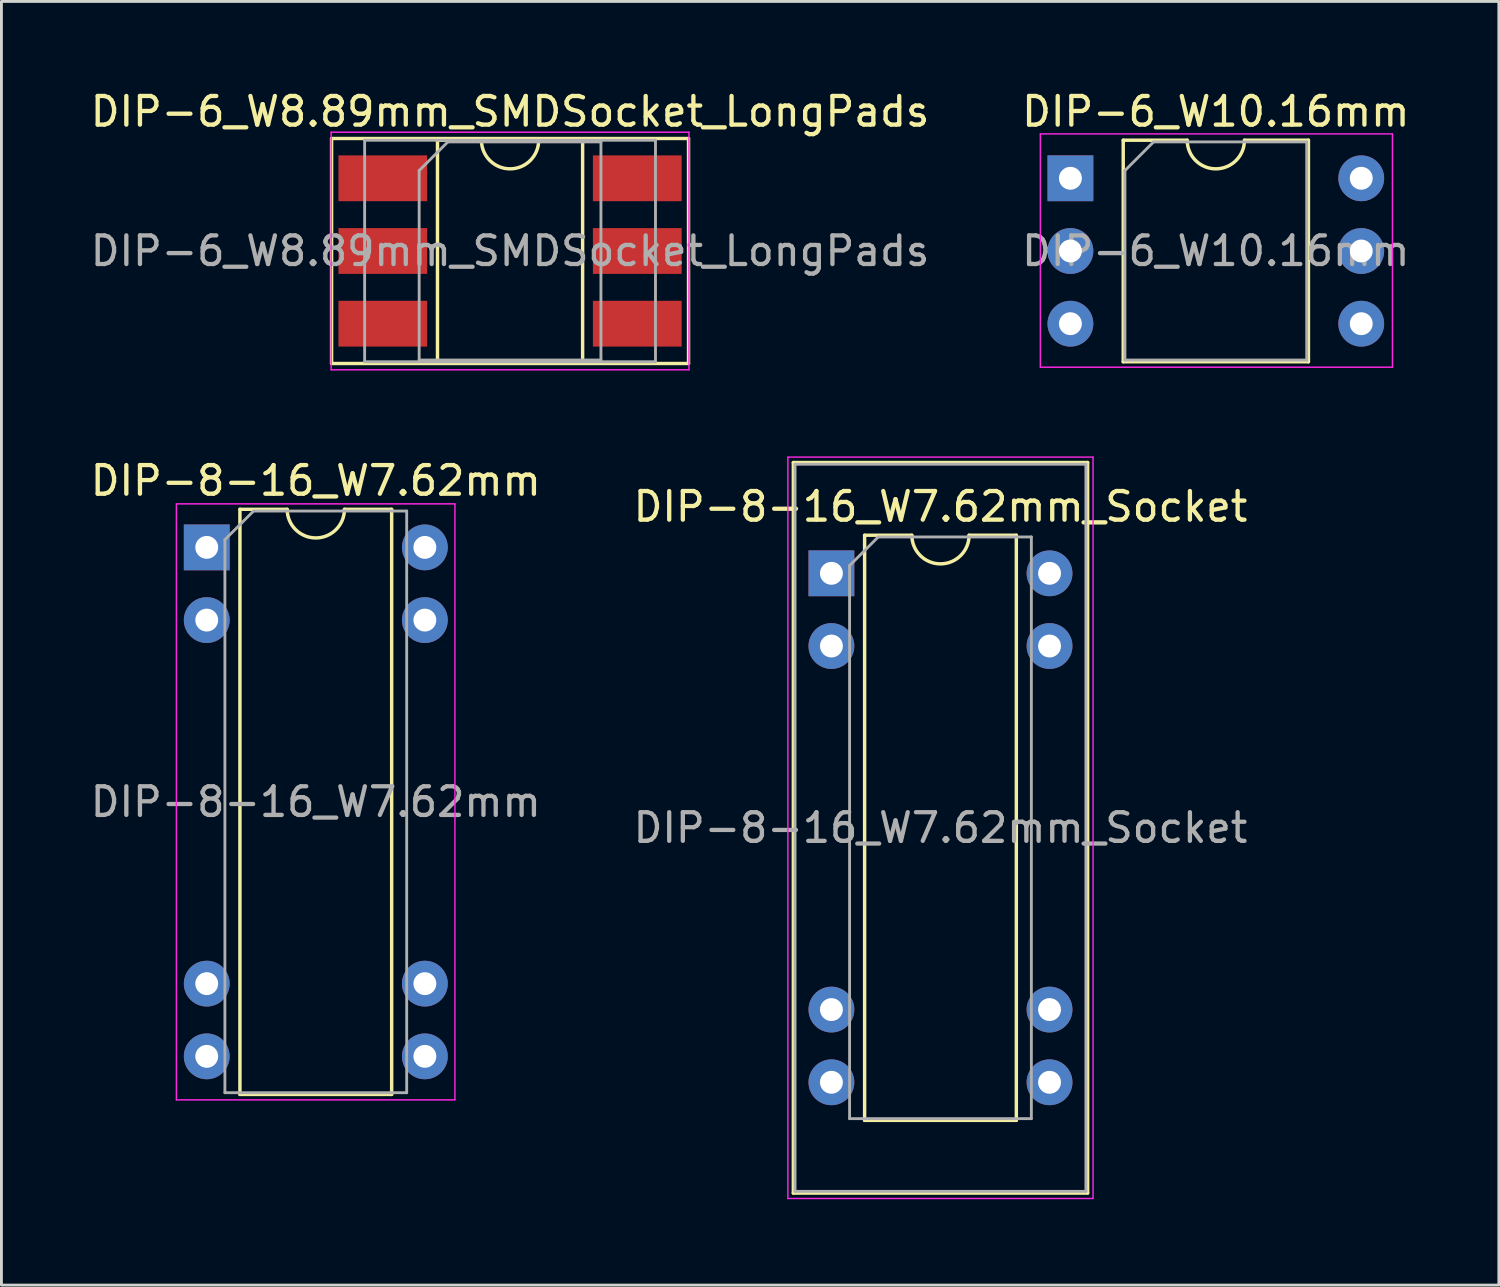
<source format=kicad_pcb>
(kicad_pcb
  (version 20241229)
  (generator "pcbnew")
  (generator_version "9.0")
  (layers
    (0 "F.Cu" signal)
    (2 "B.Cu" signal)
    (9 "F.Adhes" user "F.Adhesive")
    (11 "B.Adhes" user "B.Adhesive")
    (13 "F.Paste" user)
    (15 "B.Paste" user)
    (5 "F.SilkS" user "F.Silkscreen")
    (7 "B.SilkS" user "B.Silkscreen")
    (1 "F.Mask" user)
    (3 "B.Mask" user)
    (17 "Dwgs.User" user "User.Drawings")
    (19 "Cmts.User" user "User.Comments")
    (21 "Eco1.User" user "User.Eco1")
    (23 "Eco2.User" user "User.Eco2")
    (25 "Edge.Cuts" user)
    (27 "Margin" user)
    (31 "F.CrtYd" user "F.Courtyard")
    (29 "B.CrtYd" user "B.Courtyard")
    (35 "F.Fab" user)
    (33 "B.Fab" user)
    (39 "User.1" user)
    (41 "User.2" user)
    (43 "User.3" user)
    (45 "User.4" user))
  (footprint "DIP-6_W8.89mm_SMDSocket_LongPads"
    (layer "F.Cu")
    (at 14.768 5.718)
    (property "Reference" "DIP-6_W8.89mm_SMDSocket_LongPads" (at 0 -4.87 0) (layer "F.SilkS") (effects (font (size 1 1) (thickness 0.15))))
    (attr smd)
    (fp_line (start -6.235 -3.93) (end -6.235 3.93) (stroke (width 0.12) (type solid)) (layer "F.SilkS"))
    (fp_line (start -6.235 3.93) (end 6.235 3.93) (stroke (width 0.12) (type solid)) (layer "F.SilkS"))
    (fp_line (start -2.535 -3.87) (end -2.535 3.87) (stroke (width 0.12) (type solid)) (layer "F.SilkS"))
    (fp_line (start -2.535 3.87) (end 2.535 3.87) (stroke (width 0.12) (type solid)) (layer "F.SilkS"))
    (fp_line (start -1 -3.87) (end -2.535 -3.87) (stroke (width 0.12) (type solid)) (layer "F.SilkS"))
    (fp_line (start 2.535 -3.87) (end 1 -3.87) (stroke (width 0.12) (type solid)) (layer "F.SilkS"))
    (fp_line (start 2.535 3.87) (end 2.535 -3.87) (stroke (width 0.12) (type solid)) (layer "F.SilkS"))
    (fp_line (start 6.235 -3.93) (end -6.235 -3.93) (stroke (width 0.12) (type solid)) (layer "F.SilkS"))
    (fp_line (start 6.235 3.93) (end 6.235 -3.93) (stroke (width 0.12) (type solid)) (layer "F.SilkS"))
    (fp_arc (start 1 -3.87) (mid 0 -2.87) (end -1 -3.87) (stroke (width 0.12) (type solid)) (layer "F.SilkS"))
    (fp_line (start -6.25 -4.15) (end -6.25 4.15) (stroke (width 0.05) (type solid)) (layer "F.CrtYd"))
    (fp_line (start -6.25 4.15) (end 6.25 4.15) (stroke (width 0.05) (type solid)) (layer "F.CrtYd"))
    (fp_line (start 6.25 -4.15) (end -6.25 -4.15) (stroke (width 0.05) (type solid)) (layer "F.CrtYd"))
    (fp_line (start 6.25 4.15) (end 6.25 -4.15) (stroke (width 0.05) (type solid)) (layer "F.CrtYd"))
    (fp_line (start -5.08 -3.87) (end -5.08 3.87) (stroke (width 0.1) (type solid)) (layer "F.Fab"))
    (fp_line (start -5.08 3.87) (end 5.08 3.87) (stroke (width 0.1) (type solid)) (layer "F.Fab"))
    (fp_line (start -3.175 -2.81) (end -2.175 -3.81) (stroke (width 0.1) (type solid)) (layer "F.Fab"))
    (fp_line (start -3.175 3.81) (end -3.175 -2.81) (stroke (width 0.1) (type solid)) (layer "F.Fab"))
    (fp_line (start -2.175 -3.81) (end 3.175 -3.81) (stroke (width 0.1) (type solid)) (layer "F.Fab"))
    (fp_line (start 3.175 -3.81) (end 3.175 3.81) (stroke (width 0.1) (type solid)) (layer "F.Fab"))
    (fp_line (start 3.175 3.81) (end -3.175 3.81) (stroke (width 0.1) (type solid)) (layer "F.Fab"))
    (fp_line (start 5.08 -3.87) (end -5.08 -3.87) (stroke (width 0.1) (type solid)) (layer "F.Fab"))
    (fp_line (start 5.08 3.87) (end 5.08 -3.87) (stroke (width 0.1) (type solid)) (layer "F.Fab"))
    (fp_text user "${REFERENCE}" (at 0 0 0) (layer "F.Fab") (effects (font (size 1 1) (thickness 0.15))))
    (pad "1" smd rect (at -4.445 -2.54) (size 3.1 1.6) (layers "F.Cu" "F.Mask" "F.Paste"))
    (pad "2" smd rect (at -4.445 0) (size 3.1 1.6) (layers "F.Cu" "F.Mask" "F.Paste"))
    (pad "3" smd rect (at -4.445 2.54) (size 3.1 1.6) (layers "F.Cu" "F.Mask" "F.Paste"))
    (pad "4" smd rect (at 4.445 2.54) (size 3.1 1.6) (layers "F.Cu" "F.Mask" "F.Paste"))
    (pad "5" smd rect (at 4.445 0) (size 3.1 1.6) (layers "F.Cu" "F.Mask" "F.Paste"))
    (pad "6" smd rect (at 4.445 -2.54) (size 3.1 1.6) (layers "F.Cu" "F.Mask" "F.Paste")))
  (footprint "DIP-8-16_W7.62mm_Socket"
    (layer "F.Cu")
    (at 25.994 16.978)
    (property "Reference" "DIP-8-16_W7.62mm_Socket" (at 3.81 -2.33 0) (layer "F.SilkS") (effects (font (size 1 1) (thickness 0.15))))
    (attr through_hole)
    (fp_line (start -1.33 -3.87) (end -1.33 21.65) (stroke (width 0.12) (type solid)) (layer "F.SilkS"))
    (fp_line (start -1.33 21.65) (end 8.95 21.65) (stroke (width 0.12) (type solid)) (layer "F.SilkS"))
    (fp_line (start 1.16 -1.33) (end 1.16 19.11) (stroke (width 0.12) (type solid)) (layer "F.SilkS"))
    (fp_line (start 1.16 19.11) (end 6.46 19.11) (stroke (width 0.12) (type solid)) (layer "F.SilkS"))
    (fp_line (start 2.81 -1.33) (end 1.16 -1.33) (stroke (width 0.12) (type solid)) (layer "F.SilkS"))
    (fp_line (start 6.46 -1.33) (end 4.81 -1.33) (stroke (width 0.12) (type solid)) (layer "F.SilkS"))
    (fp_line (start 6.46 19.11) (end 6.46 -1.33) (stroke (width 0.12) (type solid)) (layer "F.SilkS"))
    (fp_line (start 8.95 -3.87) (end -1.33 -3.87) (stroke (width 0.12) (type solid)) (layer "F.SilkS"))
    (fp_line (start 8.95 21.65) (end 8.95 -3.87) (stroke (width 0.12) (type solid)) (layer "F.SilkS"))
    (fp_arc (start 4.81 -1.33) (mid 3.81 -0.33) (end 2.81 -1.33) (stroke (width 0.12) (type solid)) (layer "F.SilkS"))
    (fp_line (start -1.52 -4.06) (end -1.52 21.84) (stroke (width 0.05) (type solid)) (layer "F.CrtYd"))
    (fp_line (start -1.52 21.84) (end 9.14 21.84) (stroke (width 0.05) (type solid)) (layer "F.CrtYd"))
    (fp_line (start 9.14 -4.06) (end -1.52 -4.06) (stroke (width 0.05) (type solid)) (layer "F.CrtYd"))
    (fp_line (start 9.14 21.84) (end 9.14 -4.06) (stroke (width 0.05) (type solid)) (layer "F.CrtYd"))
    (fp_line (start -1.27 -3.81) (end -1.27 21.59) (stroke (width 0.1) (type solid)) (layer "F.Fab"))
    (fp_line (start -1.27 21.59) (end 8.89 21.59) (stroke (width 0.1) (type solid)) (layer "F.Fab"))
    (fp_line (start 0.635 -0.27) (end 1.635 -1.27) (stroke (width 0.1) (type solid)) (layer "F.Fab"))
    (fp_line (start 0.635 19.05) (end 0.635 -0.27) (stroke (width 0.1) (type solid)) (layer "F.Fab"))
    (fp_line (start 1.635 -1.27) (end 6.985 -1.27) (stroke (width 0.1) (type solid)) (layer "F.Fab"))
    (fp_line (start 6.985 -1.27) (end 6.985 19.05) (stroke (width 0.1) (type solid)) (layer "F.Fab"))
    (fp_line (start 6.985 19.05) (end 0.635 19.05) (stroke (width 0.1) (type solid)) (layer "F.Fab"))
    (fp_line (start 8.89 -3.81) (end -1.27 -3.81) (stroke (width 0.1) (type solid)) (layer "F.Fab"))
    (fp_line (start 8.89 21.59) (end 8.89 -3.81) (stroke (width 0.1) (type solid)) (layer "F.Fab"))
    (fp_text user "${REFERENCE}" (at 3.81 8.89 0) (layer "F.Fab") (effects (font (size 1 1) (thickness 0.15))))
    (pad "1" thru_hole rect (at 0 0) (size 1.6 1.6) (drill 0.8) (layers "*.Cu" "*.Mask"))
    (pad "2" thru_hole circle (at 0 2.54) (size 1.6 1.6) (drill 0.8) (layers "*.Cu" "*.Mask"))
    (pad "3" thru_hole circle (at 0 15.24) (size 1.6 1.6) (drill 0.8) (layers "*.Cu" "*.Mask"))
    (pad "4" thru_hole circle (at 0 17.78) (size 1.6 1.6) (drill 0.8) (layers "*.Cu" "*.Mask"))
    (pad "5" thru_hole circle (at 7.62 17.78) (size 1.6 1.6) (drill 0.8) (layers "*.Cu" "*.Mask"))
    (pad "6" thru_hole circle (at 7.62 15.24) (size 1.6 1.6) (drill 0.8) (layers "*.Cu" "*.Mask"))
    (pad "7" thru_hole circle (at 7.62 2.54) (size 1.6 1.6) (drill 0.8) (layers "*.Cu" "*.Mask"))
    (pad "8" thru_hole circle (at 7.62 0) (size 1.6 1.6) (drill 0.8) (layers "*.Cu" "*.Mask")))
  (footprint "DIP-8-16_W7.62mm"
    (layer "F.Cu")
    (at 4.172 16.072)
    (property "Reference" "DIP-8-16_W7.62mm" (at 3.81 -2.33 0) (layer "F.SilkS") (effects (font (size 1 1) (thickness 0.15))))
    (attr through_hole)
    (fp_line (start 1.16 -1.33) (end 1.16 19.11) (stroke (width 0.12) (type solid)) (layer "F.SilkS"))
    (fp_line (start 1.16 19.11) (end 6.46 19.11) (stroke (width 0.12) (type solid)) (layer "F.SilkS"))
    (fp_line (start 2.81 -1.33) (end 1.16 -1.33) (stroke (width 0.12) (type solid)) (layer "F.SilkS"))
    (fp_line (start 6.46 -1.33) (end 4.81 -1.33) (stroke (width 0.12) (type solid)) (layer "F.SilkS"))
    (fp_line (start 6.46 19.11) (end 6.46 -1.33) (stroke (width 0.12) (type solid)) (layer "F.SilkS"))
    (fp_arc (start 4.81 -1.33) (mid 3.81 -0.33) (end 2.81 -1.33) (stroke (width 0.12) (type solid)) (layer "F.SilkS"))
    (fp_line (start -1.06 -1.52) (end -1.06 19.3) (stroke (width 0.05) (type solid)) (layer "F.CrtYd"))
    (fp_line (start -1.06 19.3) (end 8.67 19.3) (stroke (width 0.05) (type solid)) (layer "F.CrtYd"))
    (fp_line (start 8.67 -1.52) (end -1.06 -1.52) (stroke (width 0.05) (type solid)) (layer "F.CrtYd"))
    (fp_line (start 8.67 19.3) (end 8.67 -1.52) (stroke (width 0.05) (type solid)) (layer "F.CrtYd"))
    (fp_line (start 0.635 -0.27) (end 1.635 -1.27) (stroke (width 0.1) (type solid)) (layer "F.Fab"))
    (fp_line (start 0.635 19.05) (end 0.635 -0.27) (stroke (width 0.1) (type solid)) (layer "F.Fab"))
    (fp_line (start 1.635 -1.27) (end 6.985 -1.27) (stroke (width 0.1) (type solid)) (layer "F.Fab"))
    (fp_line (start 6.985 -1.27) (end 6.985 19.05) (stroke (width 0.1) (type solid)) (layer "F.Fab"))
    (fp_line (start 6.985 19.05) (end 0.635 19.05) (stroke (width 0.1) (type solid)) (layer "F.Fab"))
    (fp_text user "${REFERENCE}" (at 3.81 8.89 0) (layer "F.Fab") (effects (font (size 1 1) (thickness 0.15))))
    (pad "1" thru_hole rect (at 0 0) (size 1.6 1.6) (drill 0.8) (layers "*.Cu" "*.Mask"))
    (pad "2" thru_hole circle (at 0 2.54) (size 1.6 1.6) (drill 0.8) (layers "*.Cu" "*.Mask"))
    (pad "3" thru_hole circle (at 0 15.24) (size 1.6 1.6) (drill 0.8) (layers "*.Cu" "*.Mask"))
    (pad "4" thru_hole circle (at 0 17.78) (size 1.6 1.6) (drill 0.8) (layers "*.Cu" "*.Mask"))
    (pad "5" thru_hole circle (at 7.62 17.78) (size 1.6 1.6) (drill 0.8) (layers "*.Cu" "*.Mask"))
    (pad "6" thru_hole circle (at 7.62 15.24) (size 1.6 1.6) (drill 0.8) (layers "*.Cu" "*.Mask"))
    (pad "7" thru_hole circle (at 7.62 2.54) (size 1.6 1.6) (drill 0.8) (layers "*.Cu" "*.Mask"))
    (pad "8" thru_hole circle (at 7.62 0) (size 1.6 1.6) (drill 0.8) (layers "*.Cu" "*.Mask")))
  (footprint "DIP-6_W10.16mm"
    (layer "F.Cu")
    (at 34.343 3.178)
    (property "Reference" "DIP-6_W10.16mm" (at 5.08 -2.33 0) (layer "F.SilkS") (effects (font (size 1 1) (thickness 0.15))))
    (attr through_hole)
    (fp_line (start 1.845 -1.33) (end 1.845 6.41) (stroke (width 0.12) (type solid)) (layer "F.SilkS"))
    (fp_line (start 1.845 6.41) (end 8.315 6.41) (stroke (width 0.12) (type solid)) (layer "F.SilkS"))
    (fp_line (start 4.08 -1.33) (end 1.845 -1.33) (stroke (width 0.12) (type solid)) (layer "F.SilkS"))
    (fp_line (start 8.315 -1.33) (end 6.08 -1.33) (stroke (width 0.12) (type solid)) (layer "F.SilkS"))
    (fp_line (start 8.315 6.41) (end 8.315 -1.33) (stroke (width 0.12) (type solid)) (layer "F.SilkS"))
    (fp_arc (start 6.08 -1.33) (mid 5.08 -0.33) (end 4.08 -1.33) (stroke (width 0.12) (type solid)) (layer "F.SilkS"))
    (fp_line (start -1.05 -1.55) (end -1.05 6.6) (stroke (width 0.05) (type solid)) (layer "F.CrtYd"))
    (fp_line (start -1.05 6.6) (end 11.25 6.6) (stroke (width 0.05) (type solid)) (layer "F.CrtYd"))
    (fp_line (start 11.25 -1.55) (end -1.05 -1.55) (stroke (width 0.05) (type solid)) (layer "F.CrtYd"))
    (fp_line (start 11.25 6.6) (end 11.25 -1.55) (stroke (width 0.05) (type solid)) (layer "F.CrtYd"))
    (fp_line (start 1.905 -0.27) (end 2.905 -1.27) (stroke (width 0.1) (type solid)) (layer "F.Fab"))
    (fp_line (start 1.905 6.35) (end 1.905 -0.27) (stroke (width 0.1) (type solid)) (layer "F.Fab"))
    (fp_line (start 2.905 -1.27) (end 8.255 -1.27) (stroke (width 0.1) (type solid)) (layer "F.Fab"))
    (fp_line (start 8.255 -1.27) (end 8.255 6.35) (stroke (width 0.1) (type solid)) (layer "F.Fab"))
    (fp_line (start 8.255 6.35) (end 1.905 6.35) (stroke (width 0.1) (type solid)) (layer "F.Fab"))
    (fp_text user "${REFERENCE}" (at 5.08 2.54 0) (layer "F.Fab") (effects (font (size 1 1) (thickness 0.15))))
    (pad "1" thru_hole rect (at 0 0) (size 1.6 1.6) (drill 0.8) (layers "*.Cu" "*.Mask"))
    (pad "2" thru_hole oval (at 0 2.54) (size 1.6 1.6) (drill 0.8) (layers "*.Cu" "*.Mask"))
    (pad "3" thru_hole oval (at 0 5.08) (size 1.6 1.6) (drill 0.8) (layers "*.Cu" "*.Mask"))
    (pad "4" thru_hole oval (at 10.16 5.08) (size 1.6 1.6) (drill 0.8) (layers "*.Cu" "*.Mask"))
    (pad "5" thru_hole oval (at 10.16 2.54) (size 1.6 1.6) (drill 0.8) (layers "*.Cu" "*.Mask"))
    (pad "6" thru_hole oval (at 10.16 0) (size 1.6 1.6) (drill 0.8) (layers "*.Cu" "*.Mask")))
  (gr_rect
    (start -3 -3)
    (end 49.31 41.843)
    (stroke (width 0.1) (type default))
    (fill no)
    (layer "Edge.Cuts")))
</source>
